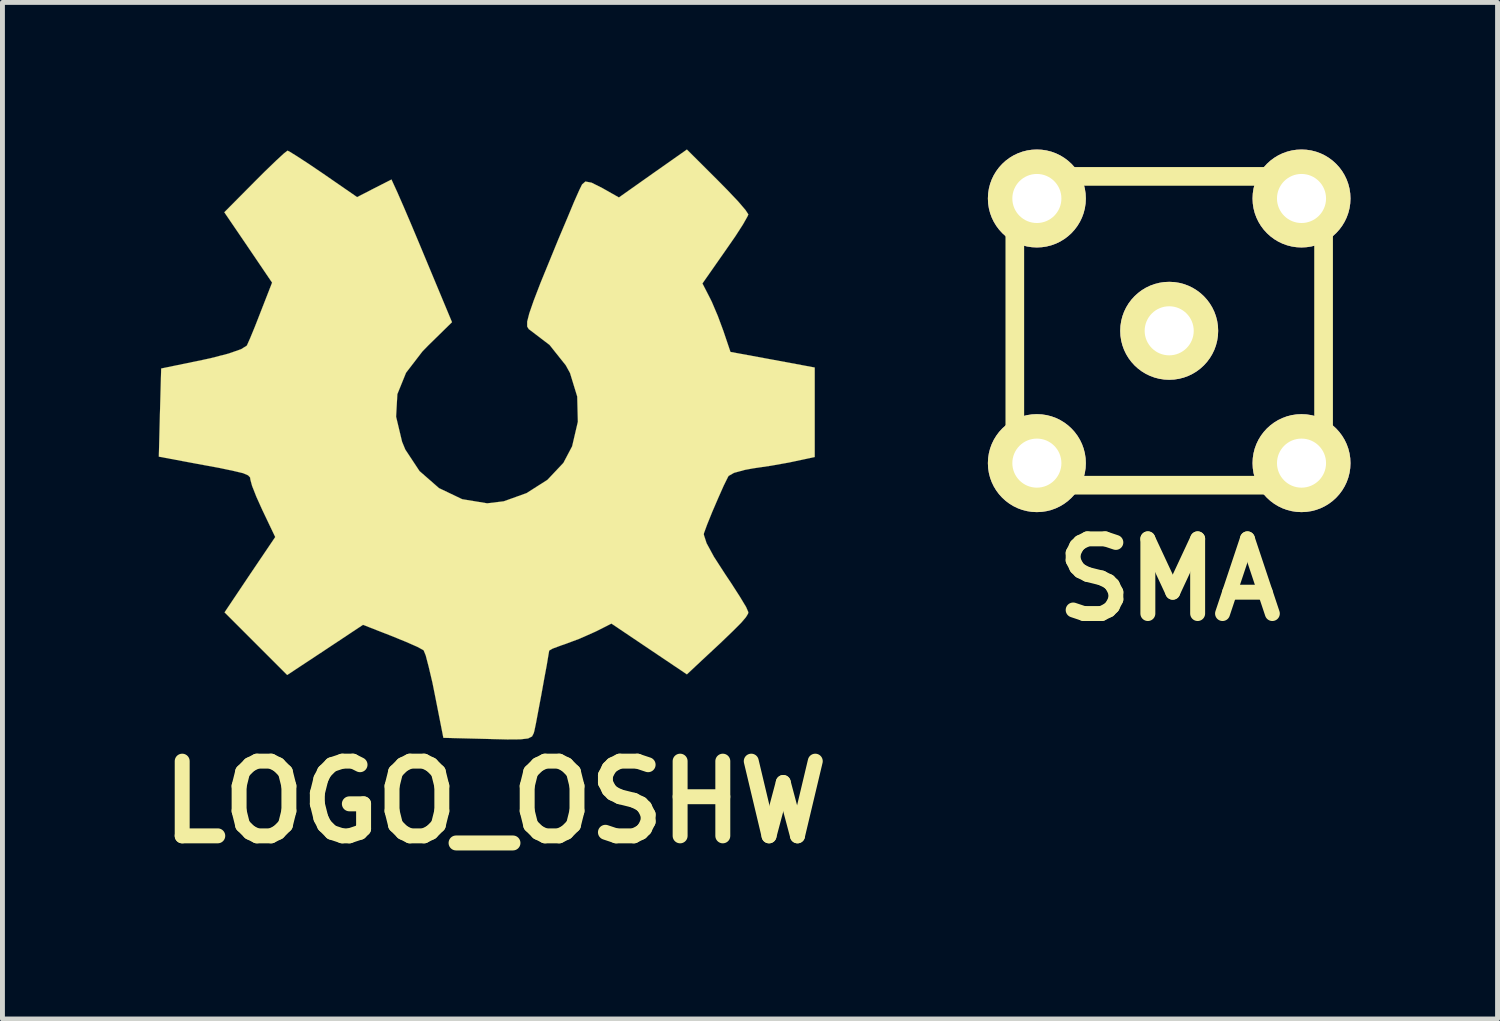
<source format=kicad_pcb>
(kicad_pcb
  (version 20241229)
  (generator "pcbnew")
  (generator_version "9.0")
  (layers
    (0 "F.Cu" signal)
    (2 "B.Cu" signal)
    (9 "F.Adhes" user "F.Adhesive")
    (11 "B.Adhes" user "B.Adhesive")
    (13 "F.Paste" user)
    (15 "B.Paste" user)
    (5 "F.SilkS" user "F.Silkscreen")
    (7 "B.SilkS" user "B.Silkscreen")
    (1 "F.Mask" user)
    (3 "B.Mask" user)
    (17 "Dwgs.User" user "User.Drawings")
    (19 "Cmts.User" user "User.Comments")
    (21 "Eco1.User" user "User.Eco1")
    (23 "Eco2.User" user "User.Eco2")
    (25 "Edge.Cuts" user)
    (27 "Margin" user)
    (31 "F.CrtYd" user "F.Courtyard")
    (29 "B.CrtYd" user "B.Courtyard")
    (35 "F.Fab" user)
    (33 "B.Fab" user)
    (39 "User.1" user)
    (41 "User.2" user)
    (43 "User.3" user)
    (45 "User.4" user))
  (footprint "LOGO_OSHW"
    (layer "F.Cu")
    (at 7.054 5.95)
    (property "Reference" "LOGO_OSHW" (at 0 7.366 0) (layer "F.SilkS") (effects (font (size 1.524 1.524) (thickness 0.305))))
    (attr smd)
    (fp_poly (pts (xy 6.52 -1.501) (xy 5.659 -1.661) (xy 4.801 -1.819) (xy 4.656 -2.248) (xy 4.542 -2.555) (xy 4.42 -2.842) (xy 4.369 -2.944) (xy 4.229 -3.216) (xy 4.696 -3.884) (xy 4.9 -4.178) (xy 5.057 -4.422) (xy 5.149 -4.585) (xy 5.166 -4.625) (xy 5.108 -4.714) (xy 4.956 -4.892) (xy 4.732 -5.128) (xy 4.539 -5.324) (xy 3.912 -5.949) (xy 3.218 -5.461) (xy 2.525 -4.971) (xy 2.184 -5.164) (xy 1.966 -5.273) (xy 1.841 -5.296) (xy 1.773 -5.237) (xy 1.717 -5.123) (xy 1.61 -4.882) (xy 1.466 -4.536) (xy 1.29 -4.12) (xy 1.133 -3.736) (xy 0.927 -3.233) (xy 0.785 -2.863) (xy 0.696 -2.606) (xy 0.653 -2.438) (xy 0.653 -2.337) (xy 0.686 -2.283) (xy 0.701 -2.273) (xy 1.11 -1.961) (xy 1.44 -1.547) (xy 1.527 -1.389) (xy 1.674 -0.909) (xy 1.687 -0.394) (xy 1.57 0.107) (xy 1.392 0.445) (xy 1.067 0.79) (xy 0.64 1.062) (xy 0.175 1.229) (xy -0.163 1.27) (xy -0.673 1.186) (xy -1.146 0.96) (xy -1.544 0.612) (xy -1.834 0.173) (xy -1.9 0.013) (xy -2.022 -0.498) (xy -1.996 -0.958) (xy -1.819 -1.394) (xy -1.483 -1.831) (xy -1.364 -1.953) (xy -0.881 -2.426) (xy -1.372 -3.604) (xy -1.554 -4.041) (xy -1.725 -4.448) (xy -1.867 -4.78) (xy -1.966 -5.006) (xy -1.989 -5.06) (xy -2.116 -5.337) (xy -2.466 -5.159) (xy -2.817 -4.978) (xy -3.505 -5.453) (xy -3.802 -5.654) (xy -4.044 -5.812) (xy -4.199 -5.908) (xy -4.237 -5.926) (xy -4.31 -5.87) (xy -4.475 -5.718) (xy -4.707 -5.494) (xy -4.905 -5.296) (xy -5.527 -4.669) (xy -5.039 -3.952) (xy -4.552 -3.233) (xy -4.778 -2.654) (xy -4.897 -2.349) (xy -4.999 -2.101) (xy -5.065 -1.953) (xy -5.067 -1.948) (xy -5.184 -1.875) (xy -5.438 -1.786) (xy -5.801 -1.692) (xy -5.977 -1.654) (xy -6.815 -1.481) (xy -6.84 -0.582) (xy -6.863 0.318) (xy -6.078 0.465) (xy -5.636 0.546) (xy -5.334 0.61) (xy -5.144 0.655) (xy -5.042 0.699) (xy -5.001 0.742) (xy -4.994 0.79) (xy -4.961 0.912) (xy -4.872 1.138) (xy -4.745 1.42) (xy -4.742 1.425) (xy -4.488 1.958) (xy -5.006 2.725) (xy -5.522 3.495) (xy -4.882 4.135) (xy -4.244 4.773) (xy -3.47 4.262) (xy -2.697 3.749) (xy -2.111 3.978) (xy -1.819 4.097) (xy -1.587 4.199) (xy -1.466 4.265) (xy -1.46 4.27) (xy -1.417 4.374) (xy -1.356 4.608) (xy -1.28 4.93) (xy -1.227 5.194) (xy -1.057 6.055) (xy -0.15 6.078) (xy 0.251 6.088) (xy 0.513 6.086) (xy 0.671 6.068) (xy 0.752 6.027) (xy 0.787 5.959) (xy 0.8 5.911) (xy 0.833 5.753) (xy 0.881 5.497) (xy 0.94 5.184) (xy 0.998 4.862) (xy 1.052 4.572) (xy 1.087 4.361) (xy 1.102 4.275) (xy 1.173 4.234) (xy 1.351 4.168) (xy 1.42 4.145) (xy 1.717 4.034) (xy 2.022 3.899) (xy 2.055 3.884) (xy 2.372 3.724) (xy 3.142 4.242) (xy 3.912 4.76) (xy 4.216 4.475) (xy 4.587 4.13) (xy 4.846 3.881) (xy 5.019 3.708) (xy 5.116 3.594) (xy 5.159 3.523) (xy 5.166 3.493) (xy 5.121 3.388) (xy 4.996 3.18) (xy 4.818 2.903) (xy 4.691 2.713) (xy 4.463 2.36) (xy 4.313 2.083) (xy 4.257 1.91) (xy 4.26 1.88) (xy 4.323 1.707) (xy 4.427 1.45) (xy 4.549 1.166) (xy 4.663 0.909) (xy 4.747 0.739) (xy 4.763 0.711) (xy 4.874 0.648) (xy 5.098 0.587) (xy 5.268 0.556) (xy 5.626 0.503) (xy 5.997 0.437) (xy 6.119 0.411) (xy 6.52 0.325) (xy 6.52 -0.587) (xy 6.52 -1.501)) (stroke (width 0.003) (type solid)) (fill yes) (layer "F.SilkS")))
  (footprint "SMA"
    (placed yes)
    (layer "F.Cu")
    (at 20.807 3.7)
    (property "Reference" "SMA" (at 0 5.08 0) (layer "F.SilkS") (effects (font (size 1.524 1.524) (thickness 0.305))))
    (attr through_hole)
    (fp_line (start -3.15 -3.15) (end 3.15 -3.15) (stroke (width 0.381) (type solid)) (layer "F.SilkS"))
    (fp_line (start -3.15 3.15) (end -3.15 -3.15) (stroke (width 0.381) (type solid)) (layer "F.SilkS"))
    (fp_line (start 3.15 -3.15) (end 3.15 3.15) (stroke (width 0.381) (type solid)) (layer "F.SilkS"))
    (fp_line (start 3.15 3.15) (end -3.15 3.15) (stroke (width 0.381) (type solid)) (layer "F.SilkS"))
    (pad "1" thru_hole circle (at 0 0) (size 1.999 1.999) (drill 1.001) (layers "*.Cu" "*.Mask" "F.SilkS"))
    (pad "2" thru_hole circle (at -2.7 -2.7) (size 1.999 1.999) (drill 1.001) (layers "*.Cu" "*.Mask" "F.SilkS"))
    (pad "3" thru_hole circle (at 2.7 -2.7) (size 1.999 1.999) (drill 1.001) (layers "*.Cu" "*.Mask" "F.SilkS"))
    (pad "4" thru_hole circle (at 2.7 2.7) (size 1.999 1.999) (drill 1.001) (layers "*.Cu" "*.Mask" "F.SilkS"))
    (pad "5" thru_hole circle (at -2.7 2.7) (size 1.999 1.999) (drill 1.001) (layers "*.Cu" "*.Mask" "F.SilkS")))
  (gr_rect
    (start -3 -3)
    (end 27.507 17.742)
    (stroke (width 0.1) (type default))
    (fill no)
    (layer "Edge.Cuts")))
</source>
